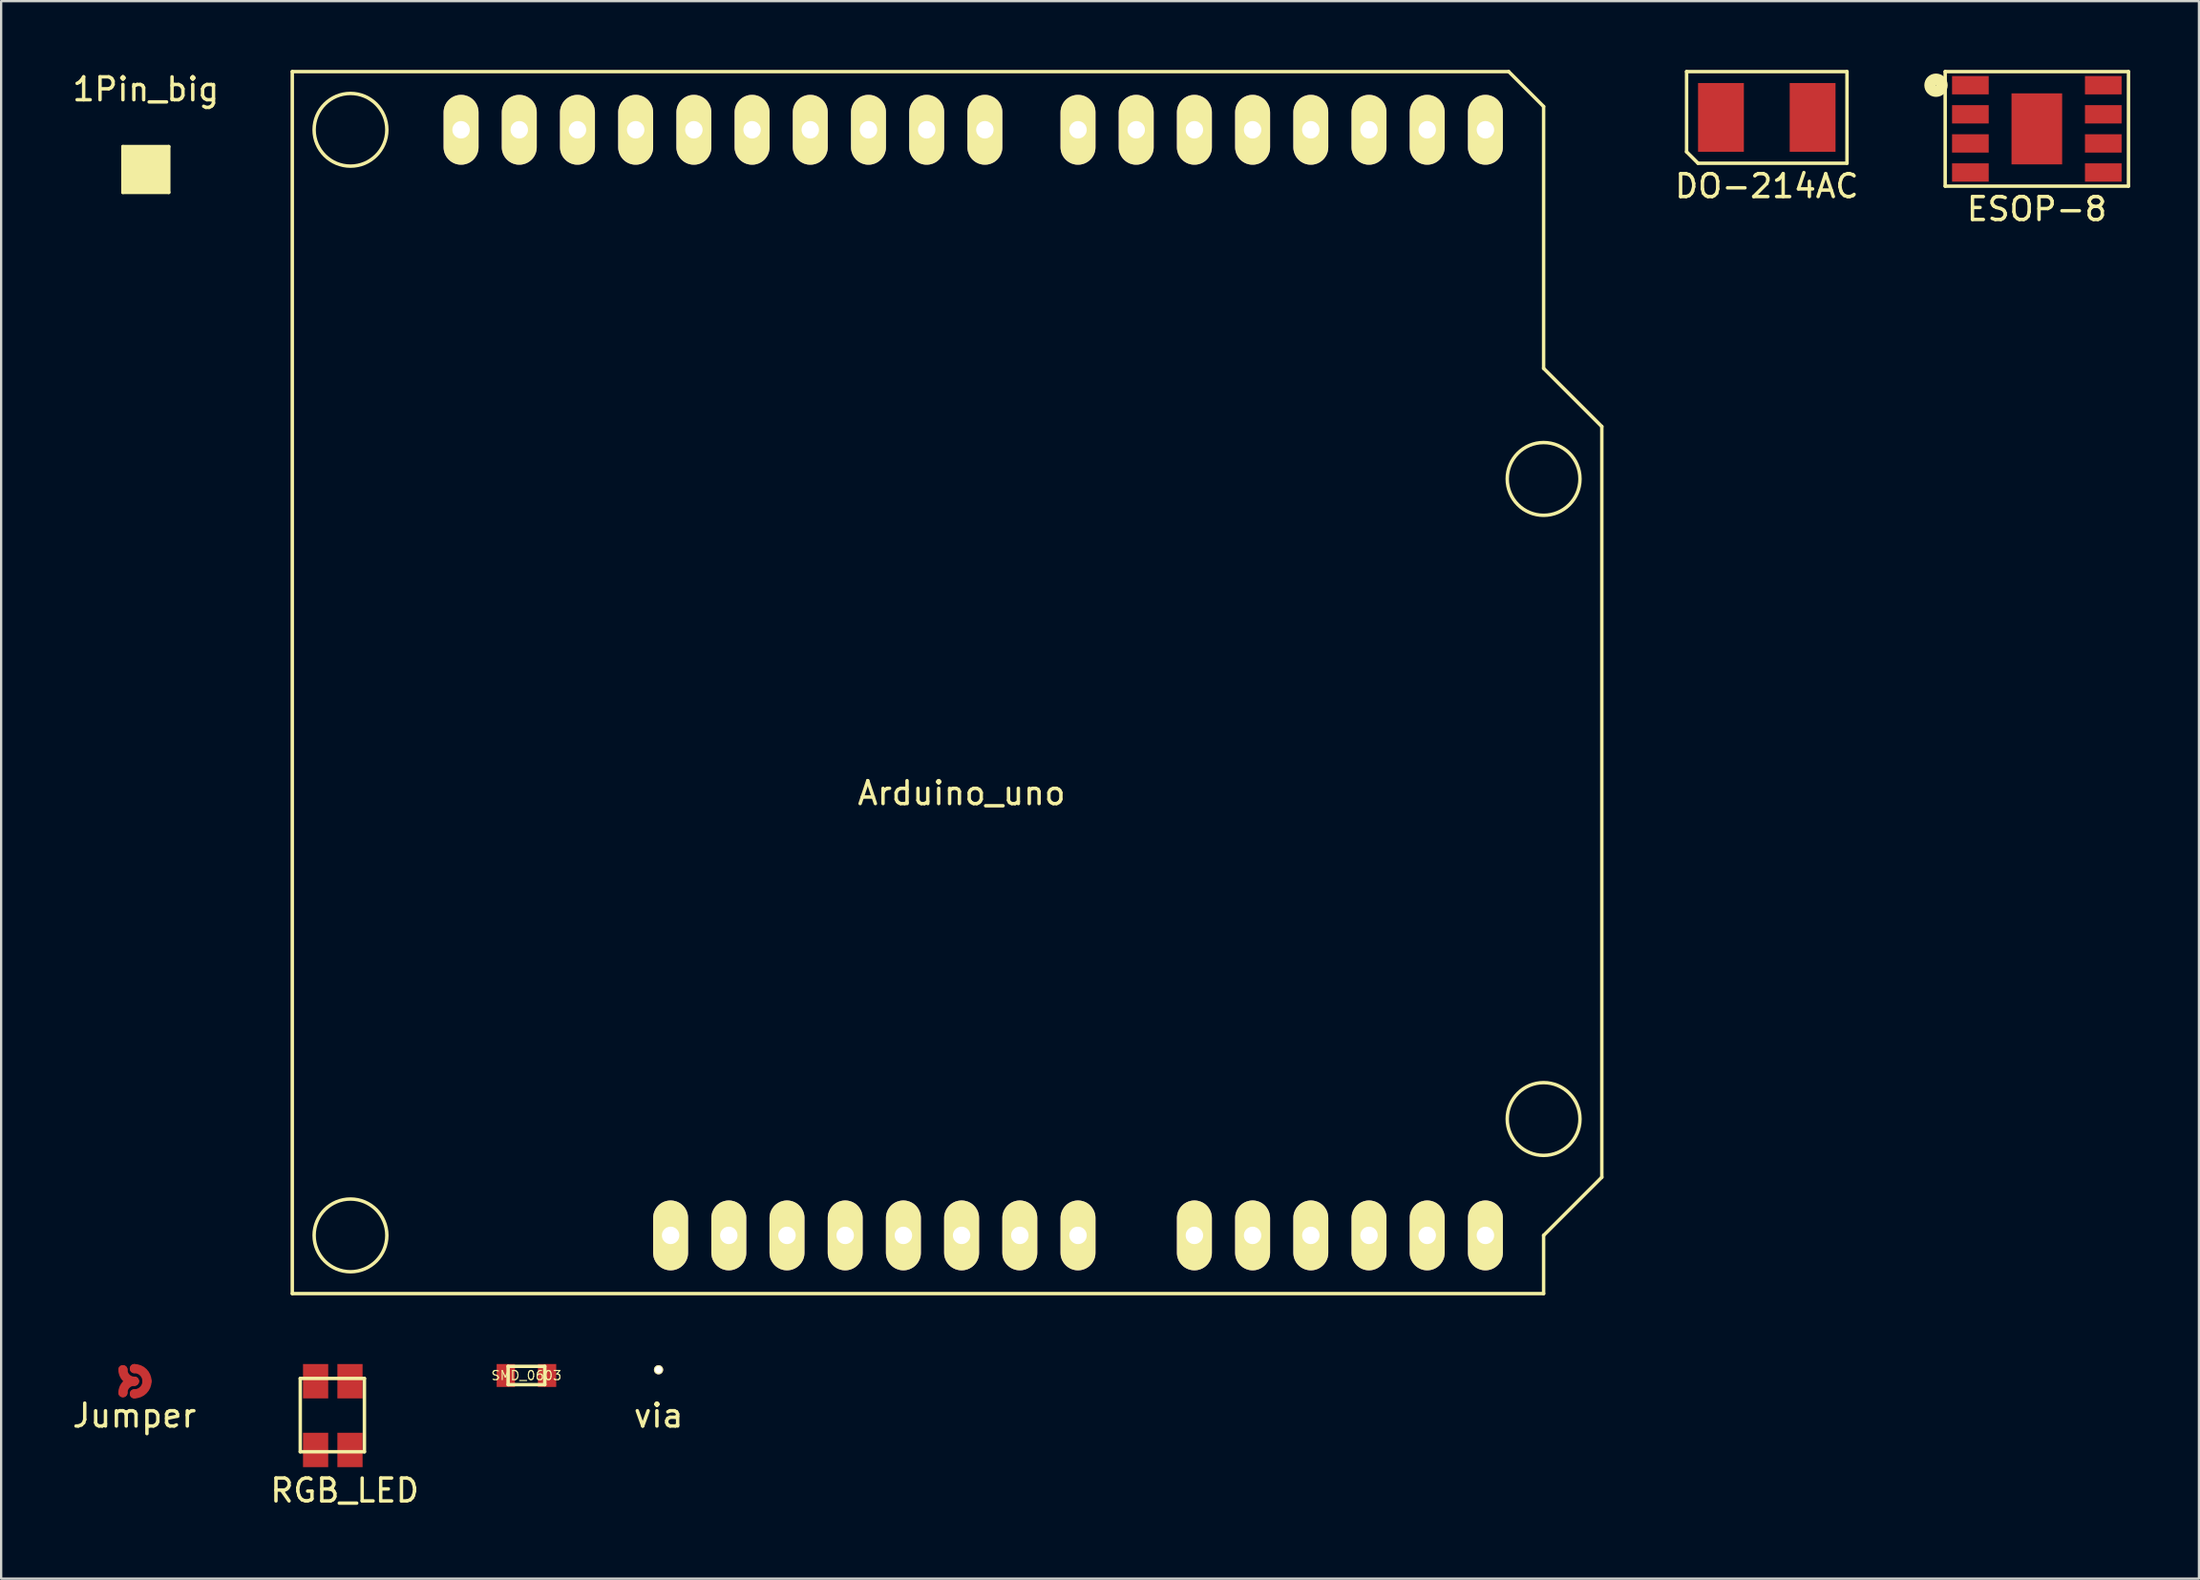
<source format=kicad_pcb>
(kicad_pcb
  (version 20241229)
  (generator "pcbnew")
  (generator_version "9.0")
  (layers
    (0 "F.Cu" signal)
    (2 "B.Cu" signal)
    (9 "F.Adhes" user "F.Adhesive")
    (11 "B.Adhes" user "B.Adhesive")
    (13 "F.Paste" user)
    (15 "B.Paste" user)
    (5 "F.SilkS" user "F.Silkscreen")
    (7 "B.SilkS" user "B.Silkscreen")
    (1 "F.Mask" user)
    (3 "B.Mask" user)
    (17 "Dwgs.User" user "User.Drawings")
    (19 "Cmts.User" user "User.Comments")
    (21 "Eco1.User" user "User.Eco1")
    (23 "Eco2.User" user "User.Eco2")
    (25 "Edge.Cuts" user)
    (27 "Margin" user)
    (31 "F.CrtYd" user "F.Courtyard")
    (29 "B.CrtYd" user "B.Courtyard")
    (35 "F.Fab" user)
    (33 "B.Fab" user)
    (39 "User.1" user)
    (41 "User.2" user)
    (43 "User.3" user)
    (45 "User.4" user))
  (footprint "RGB_LED"
    (layer "F.Cu")
    (at 11.474 58.74)
    (property "Reference" "RGB_LED" (at 0.52 3.27 0) (layer "F.SilkS") (effects (font (size 1 1) (thickness 0.15))))
    (attr through_hole)
    (fp_line (start -1.42 -1.62) (end -1.42 1.58) (stroke (width 0.15) (type solid)) (layer "F.SilkS"))
    (fp_line (start -1.42 1.58) (end 1.38 1.58) (stroke (width 0.15) (type solid)) (layer "F.SilkS"))
    (fp_line (start 1.38 -1.62) (end -1.42 -1.62) (stroke (width 0.15) (type solid)) (layer "F.SilkS"))
    (fp_line (start 1.38 1.58) (end 1.38 -1.62) (stroke (width 0.15) (type solid)) (layer "F.SilkS"))
    (pad "1" smd rect (at -0.75 1.5) (size 1.1 1.5) (layers "F.Cu" "F.Mask" "F.Paste"))
    (pad "2" smd rect (at -0.75 -1.5) (size 1.1 1.5) (layers "F.Cu" "F.Mask" "F.Paste"))
    (pad "3" smd rect (at 0.75 -1.5) (size 1.1 1.5) (layers "F.Cu" "F.Mask" "F.Paste"))
    (pad "4" smd rect (at 0.75 1.5) (size 1.1 1.5) (layers "F.Cu" "F.Mask" "F.Paste")))
  (footprint "ESOP-8"
    (layer "F.Cu")
    (at 85.841 2.575)
    (property "Reference" "ESOP-8" (at 0 3.5 0) (layer "F.SilkS") (effects (font (size 1 1) (thickness 0.15))))
    (attr through_hole)
    (fp_line (start -4 -2.5) (end -4 2.5) (stroke (width 0.15) (type solid)) (layer "F.SilkS"))
    (fp_line (start -4 2.5) (end 4 2.5) (stroke (width 0.15) (type solid)) (layer "F.SilkS"))
    (fp_line (start 4 -2.5) (end -4 -2.5) (stroke (width 0.15) (type solid)) (layer "F.SilkS"))
    (fp_line (start 4 2.5) (end 4 -2.5) (stroke (width 0.15) (type solid)) (layer "F.SilkS"))
    (fp_circle (center -4.4 -1.905) (end -4.4 -1.915) (stroke (width 0.5) (type solid)) (fill no) (layer "F.SilkS"))
    (pad "" smd rect (at 0 0) (size 2.21 3.1) (layers "F.Cu" "F.Mask" "F.Paste"))
    (pad "1" smd rect (at -2.9 -1.905) (size 1.6 0.8) (layers "F.Cu" "F.Mask" "F.Paste"))
    (pad "2" smd rect (at -2.9 -0.635) (size 1.6 0.8) (layers "F.Cu" "F.Mask" "F.Paste"))
    (pad "3" smd rect (at -2.9 0.635) (size 1.6 0.8) (layers "F.Cu" "F.Mask" "F.Paste"))
    (pad "4" smd rect (at -2.9 1.905) (size 1.6 0.8) (layers "F.Cu" "F.Mask" "F.Paste"))
    (pad "5" smd rect (at 2.9 1.905) (size 1.6 0.8) (layers "F.Cu" "F.Mask" "F.Paste"))
    (pad "6" smd rect (at 2.9 0.635) (size 1.6 0.8) (layers "F.Cu" "F.Mask" "F.Paste"))
    (pad "7" smd rect (at 2.9 -0.635) (size 1.6 0.8) (layers "F.Cu" "F.Mask" "F.Paste"))
    (pad "8" smd rect (at 2.9 -1.905) (size 1.6 0.8) (layers "F.Cu" "F.Mask" "F.Paste")))
  (footprint "1Pin_big"
    (layer "F.Cu")
    (at 3.315 4.348)
    (property "Reference" "1Pin_big" (at 0 -3.5 0) (layer "F.SilkS") (effects (font (size 1 1) (thickness 0.15))))
    (attr through_hole)
    (fp_line (start -1 -1) (end 1 -1) (stroke (width 0.15) (type solid)) (layer "F.SilkS"))
    (fp_line (start -1 1) (end -1 -1) (stroke (width 0.15) (type solid)) (layer "F.SilkS"))
    (fp_line (start 1 -1) (end 1 1) (stroke (width 0.15) (type solid)) (layer "F.SilkS"))
    (fp_line (start 1 1) (end -1 1) (stroke (width 0.15) (type solid)) (layer "F.SilkS"))
    (pad "1" smd rect (at 0 0) (size 2 2) (layers "F.Cu" "F.Mask" "F.SilkS" "F.Paste")))
  (footprint "Arduino_uno"
    (layer "F.Cu")
    (at 26.216 50.875)
    (property "Reference" "Arduino_uno" (at 12.7 -19.304 0) (layer "F.SilkS") (effects (font (size 1 1) (thickness 0.15))))
    (attr through_hole)
    (fp_line (start -16.51 -50.8) (end 36.576 -50.8) (stroke (width 0.15) (type solid)) (layer "F.SilkS"))
    (fp_line (start -16.51 2.54) (end -16.51 -50.8) (stroke (width 0.15) (type solid)) (layer "F.SilkS"))
    (fp_line (start 36.576 -50.8) (end 38.1 -49.276) (stroke (width 0.15) (type solid)) (layer "F.SilkS"))
    (fp_line (start 38.1 -49.276) (end 38.1 -37.846) (stroke (width 0.15) (type solid)) (layer "F.SilkS"))
    (fp_line (start 38.1 -37.846) (end 40.64 -35.306) (stroke (width 0.15) (type solid)) (layer "F.SilkS"))
    (fp_line (start 38.1 0) (end 38.1 2.54) (stroke (width 0.15) (type solid)) (layer "F.SilkS"))
    (fp_line (start 38.1 2.54) (end -16.51 2.54) (stroke (width 0.15) (type solid)) (layer "F.SilkS"))
    (fp_line (start 40.64 -35.306) (end 40.64 -2.54) (stroke (width 0.15) (type solid)) (layer "F.SilkS"))
    (fp_line (start 40.64 -2.54) (end 38.1 0) (stroke (width 0.15) (type solid)) (layer "F.SilkS"))
    (fp_circle (center -13.97 -48.26) (end -12.383 -48.26) (stroke (width 0.15) (type solid)) (fill no) (layer "F.SilkS"))
    (fp_circle (center -13.97 0) (end -12.383 0) (stroke (width 0.15) (type solid)) (fill no) (layer "F.SilkS"))
    (fp_circle (center 38.1 -33.02) (end 39.688 -33.02) (stroke (width 0.15) (type solid)) (fill no) (layer "F.SilkS"))
    (fp_circle (center 38.1 -5.08) (end 39.688 -5.08) (stroke (width 0.15) (type solid)) (fill no) (layer "F.SilkS"))
    (pad "1" thru_hole oval (at 0 0) (size 1.524 3.048) (drill 0.762) (layers "*.Cu" "*.Mask" "F.SilkS"))
    (pad "2" thru_hole oval (at 2.54 0) (size 1.524 3.048) (drill 0.762) (layers "*.Cu" "*.Mask" "F.SilkS"))
    (pad "3" thru_hole oval (at 5.08 0) (size 1.524 3.048) (drill 0.762) (layers "*.Cu" "*.Mask" "F.SilkS"))
    (pad "4" thru_hole oval (at 7.62 0) (size 1.524 3.048) (drill 0.762) (layers "*.Cu" "*.Mask" "F.SilkS"))
    (pad "5" thru_hole oval (at 10.16 0) (size 1.524 3.048) (drill 0.762) (layers "*.Cu" "*.Mask" "F.SilkS"))
    (pad "6" thru_hole oval (at 12.7 0) (size 1.524 3.048) (drill 0.762) (layers "*.Cu" "*.Mask" "F.SilkS"))
    (pad "7" thru_hole oval (at 15.24 0) (size 1.524 3.048) (drill 0.762) (layers "*.Cu" "*.Mask" "F.SilkS"))
    (pad "8" thru_hole oval (at 17.78 0) (size 1.524 3.048) (drill 0.762) (layers "*.Cu" "*.Mask" "F.SilkS"))
    (pad "9" thru_hole oval (at 22.86 0) (size 1.524 3.048) (drill 0.762) (layers "*.Cu" "*.Mask" "F.SilkS"))
    (pad "10" thru_hole oval (at 25.4 0) (size 1.524 3.048) (drill 0.762) (layers "*.Cu" "*.Mask" "F.SilkS"))
    (pad "11" thru_hole oval (at 27.94 0) (size 1.524 3.048) (drill 0.762) (layers "*.Cu" "*.Mask" "F.SilkS"))
    (pad "12" thru_hole oval (at 30.48 0) (size 1.524 3.048) (drill 0.762) (layers "*.Cu" "*.Mask" "F.SilkS"))
    (pad "13" thru_hole oval (at 33.02 0) (size 1.524 3.048) (drill 0.762) (layers "*.Cu" "*.Mask" "F.SilkS"))
    (pad "14" thru_hole oval (at 35.56 0) (size 1.524 3.048) (drill 0.762) (layers "*.Cu" "*.Mask" "F.SilkS"))
    (pad "15" thru_hole oval (at 35.56 -48.26 180) (size 1.524 3.048) (drill 0.762) (layers "*.Cu" "*.Mask" "F.SilkS"))
    (pad "16" thru_hole oval (at 33.02 -48.26 180) (size 1.524 3.048) (drill 0.762) (layers "*.Cu" "*.Mask" "F.SilkS"))
    (pad "17" thru_hole oval (at 30.48 -48.26 180) (size 1.524 3.048) (drill 0.762) (layers "*.Cu" "*.Mask" "F.SilkS"))
    (pad "18" thru_hole oval (at 27.94 -48.26 180) (size 1.524 3.048) (drill 0.762) (layers "*.Cu" "*.Mask" "F.SilkS"))
    (pad "19" thru_hole oval (at 25.4 -48.26 180) (size 1.524 3.048) (drill 0.762) (layers "*.Cu" "*.Mask" "F.SilkS"))
    (pad "20" thru_hole oval (at 22.86 -48.26 180) (size 1.524 3.048) (drill 0.762) (layers "*.Cu" "*.Mask" "F.SilkS"))
    (pad "21" thru_hole oval (at 20.32 -48.26 180) (size 1.524 3.048) (drill 0.762) (layers "*.Cu" "*.Mask" "F.SilkS"))
    (pad "22" thru_hole oval (at 17.78 -48.26 180) (size 1.524 3.048) (drill 0.762) (layers "*.Cu" "*.Mask" "F.SilkS"))
    (pad "23" thru_hole oval (at 13.716 -48.26) (size 1.524 3.048) (drill 0.762) (layers "*.Cu" "*.Mask" "F.SilkS"))
    (pad "24" thru_hole oval (at 11.176 -48.26) (size 1.524 3.048) (drill 0.762) (layers "*.Cu" "*.Mask" "F.SilkS"))
    (pad "25" thru_hole oval (at 8.636 -48.26) (size 1.524 3.048) (drill 0.762) (layers "*.Cu" "*.Mask" "F.SilkS"))
    (pad "26" thru_hole oval (at 6.096 -48.26) (size 1.524 3.048) (drill 0.762) (layers "*.Cu" "*.Mask" "F.SilkS"))
    (pad "27" thru_hole oval (at 3.556 -48.26) (size 1.524 3.048) (drill 0.762) (layers "*.Cu" "*.Mask" "F.SilkS"))
    (pad "28" thru_hole oval (at 1.016 -48.26) (size 1.524 3.048) (drill 0.762) (layers "*.Cu" "*.Mask" "F.SilkS"))
    (pad "29" thru_hole oval (at -1.524 -48.26) (size 1.524 3.048) (drill 0.762) (layers "*.Cu" "*.Mask" "F.SilkS"))
    (pad "30" thru_hole oval (at -4.064 -48.26) (size 1.524 3.048) (drill 0.762) (layers "*.Cu" "*.Mask" "F.SilkS"))
    (pad "31" thru_hole oval (at -6.604 -48.26) (size 1.524 3.048) (drill 0.762) (layers "*.Cu" "*.Mask" "F.SilkS"))
    (pad "32" thru_hole oval (at -9.144 -48.26) (size 1.524 3.048) (drill 0.762) (layers "*.Cu" "*.Mask" "F.SilkS")))
  (footprint "DO-214AC"
    (layer "F.Cu")
    (at 74.056 2.075)
    (property "Reference" "DO-214AC" (at 0 3 0) (layer "F.SilkS") (effects (font (size 1 1) (thickness 0.15))))
    (attr through_hole)
    (fp_line (start -3.5 -2) (end 3.5 -2) (stroke (width 0.15) (type solid)) (layer "F.SilkS"))
    (fp_line (start -3.5 1.5) (end -3.5 -2) (stroke (width 0.15) (type solid)) (layer "F.SilkS"))
    (fp_line (start -3 2) (end -3.5 1.5) (stroke (width 0.15) (type solid)) (layer "F.SilkS"))
    (fp_line (start 3.5 -2) (end 3.5 2) (stroke (width 0.15) (type solid)) (layer "F.SilkS"))
    (fp_line (start 3.5 2) (end -3 2) (stroke (width 0.15) (type solid)) (layer "F.SilkS"))
    (pad "1" smd rect (at -2 0) (size 2 3) (layers "F.Cu" "F.Mask" "F.Paste"))
    (pad "2" smd rect (at 2 0) (size 2 3) (layers "F.Cu" "F.Mask" "F.Paste")))
  (footprint "Jumper"
    (layer "F.Cu")
    (at 2.815 57.24)
    (property "Reference" "Jumper" (at 0 1.5 0) (layer "F.SilkS") (effects (font (size 1 1) (thickness 0.15))))
    (attr through_hole)
    (fp_arc (start -0.5 0.5) (mid -0.353553 0.146447) (end 0 0) (stroke (width 0.4) (type solid)) (layer "F.Cu"))
    (fp_arc (start 0 -0.55) (mid 0.55 0) (end 0 0.55) (stroke (width 0.4) (type solid)) (layer "F.Cu"))
    (fp_arc (start 0 0) (mid -0.353553 -0.146447) (end -0.5 -0.5) (stroke (width 0.4) (type solid)) (layer "F.Cu"))
    (fp_circle (center 0 0) (end 0.25 0) (stroke (width 1) (type solid)) (fill no) (layer "F.Mask"))
    (pad "1" smd circle (at -0.5 -0.5 180) (size 0.4 0.4) (layers "F.Cu" "F.Mask" "F.Paste"))
    (pad "1" smd circle (at -0.5 0.5 180) (size 0.4 0.4) (layers "F.Cu" "F.Mask" "F.Paste"))
    (pad "1" smd circle (at 0 0 180) (size 0.4 0.4) (layers "F.Cu" "F.Mask" "F.Paste"))
    (pad "2" smd circle (at 0 -0.55 180) (size 0.4 0.4) (layers "F.Cu" "F.Mask" "F.Paste"))
    (pad "2" smd circle (at 0 0.55 180) (size 0.4 0.4) (layers "F.Cu" "F.Mask" "F.Paste"))
    (pad "2" smd circle (at 0.55 0 180) (size 0.4 0.4) (layers "F.Cu" "F.Mask" "F.Paste")))
  (footprint "via"
    (layer "F.Cu")
    (at 25.69 56.74)
    (property "Reference" "via" (at 0 2 0) (layer "F.SilkS") (effects (font (size 1 1) (thickness 0.15))))
    (attr through_hole)
    (pad "1" thru_hole circle (at 0 0) (size 0.4 0.4) (drill 0.3) (layers "*.Cu" "*.Mask" "F.SilkS")))
  (footprint "SMD_0603"
    (layer "F.Cu")
    (at 19.925 56.99)
    (property "Reference" "SMD_0603" (at 0 0 0) (layer "F.SilkS") (effects (font (size 0.4 0.4) (thickness 0.05))))
    (attr through_hole)
    (fp_line (start -0.8 -0.4) (end -0.8 0.4) (stroke (width 0.15) (type solid)) (layer "F.SilkS"))
    (fp_line (start -0.8 0.4) (end 0.8 0.4) (stroke (width 0.15) (type solid)) (layer "F.SilkS"))
    (fp_line (start 0.8 -0.4) (end -0.8 -0.4) (stroke (width 0.15) (type solid)) (layer "F.SilkS"))
    (fp_line (start 0.8 0.4) (end 0.8 -0.4) (stroke (width 0.15) (type solid)) (layer "F.SilkS"))
    (pad "1" smd rect (at -1 0) (size 0.8 1) (drill (offset 0.1 0)) (layers "F.Cu" "F.Mask" "F.Paste"))
    (pad "2" smd rect (at 1 0) (size 0.8 1) (drill (offset -0.1 0)) (layers "F.Cu" "F.Mask" "F.Paste")))
  (gr_rect
    (start -3 -3)
    (end 92.916 65.858)
    (stroke (width 0.1) (type default))
    (fill no)
    (layer "Edge.Cuts")))
</source>
